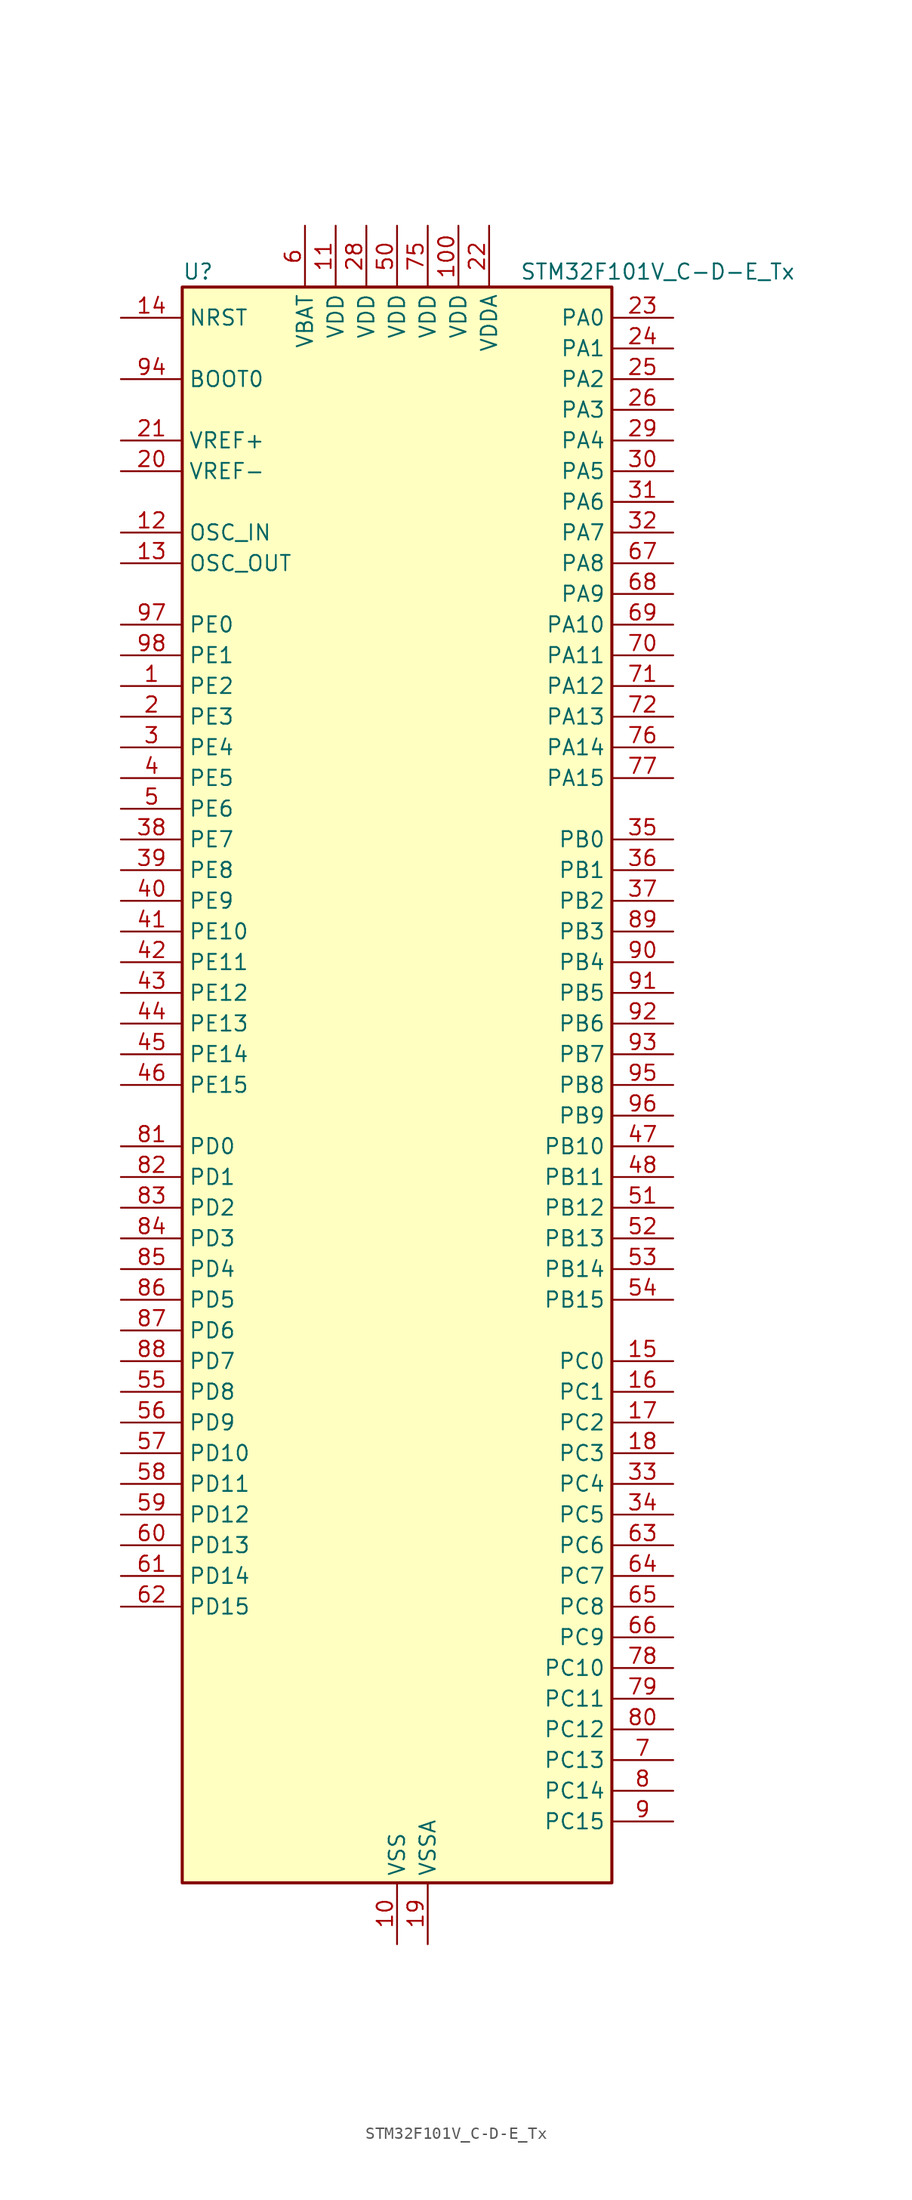
<source format=kicad_sym>
(kicad_symbol_lib
  (version 20231120)
  (generator "kicad_symbol_editor")
  (generator_version "8.0")
  (symbol "STM32F101V_C-D-E_Tx"
    (property "Reference" "U"
      (at -17.78 67.31 0)
      (effects (font (size 1.27 1.27)) (justify left)))
    (property "Value" "STM32F101V_C-D-E_Tx"
      (at 10.16 67.31 0)
      (effects (font (size 1.27 1.27)) (justify left)))
    (property "ki_locked" ""
      (at 0 0 0)
      (effects (font (size 1.27 1.27))))
    (symbol "STM32F101V_C-D-E_Tx_0_1"
      (rectangle (start -17.78 -66.04) (end 17.78 66.04) (stroke (width 0.254) (type default)) (fill (type background))))
    (symbol "STM32F101V_C-D-E_Tx_1_1"
      (pin bidirectional line (at -22.86 33.02 0) (length 5.08) (name "PE2" (effects (font (size 1.27 1.27)))) (number "1" (effects (font (size 1.27 1.27)))) (alternate "FSMC_A23" bidirectional line) (alternate "SYS_TRACECLK" bidirectional line))
      (pin power_in line (at 0 -71.12 90) (length 5.08) (name "VSS" (effects (font (size 1.27 1.27)))) (number "10" (effects (font (size 1.27 1.27)))))
      (pin power_in line (at 5.08 71.12 270) (length 5.08) (name "VDD" (effects (font (size 1.27 1.27)))) (number "100" (effects (font (size 1.27 1.27)))))
      (pin power_in line (at -5.08 71.12 270) (length 5.08) (name "VDD" (effects (font (size 1.27 1.27)))) (number "11" (effects (font (size 1.27 1.27)))))
      (pin input line (at -22.86 45.72 0) (length 5.08) (name "OSC_IN" (effects (font (size 1.27 1.27)))) (number "12" (effects (font (size 1.27 1.27)))) (alternate "RCC_OSC_IN" bidirectional line))
      (pin input line (at -22.86 43.18 0) (length 5.08) (name "OSC_OUT" (effects (font (size 1.27 1.27)))) (number "13" (effects (font (size 1.27 1.27)))) (alternate "RCC_OSC_OUT" bidirectional line))
      (pin input line (at -22.86 63.5 0) (length 5.08) (name "NRST" (effects (font (size 1.27 1.27)))) (number "14" (effects (font (size 1.27 1.27)))))
      (pin bidirectional line (at 22.86 -22.86 180) (length 5.08) (name "PC0" (effects (font (size 1.27 1.27)))) (number "15" (effects (font (size 1.27 1.27)))) (alternate "ADC1_IN10" bidirectional line))
      (pin bidirectional line (at 22.86 -25.4 180) (length 5.08) (name "PC1" (effects (font (size 1.27 1.27)))) (number "16" (effects (font (size 1.27 1.27)))) (alternate "ADC1_IN11" bidirectional line))
      (pin bidirectional line (at 22.86 -27.94 180) (length 5.08) (name "PC2" (effects (font (size 1.27 1.27)))) (number "17" (effects (font (size 1.27 1.27)))) (alternate "ADC1_IN12" bidirectional line))
      (pin bidirectional line (at 22.86 -30.48 180) (length 5.08) (name "PC3" (effects (font (size 1.27 1.27)))) (number "18" (effects (font (size 1.27 1.27)))) (alternate "ADC1_IN13" bidirectional line))
      (pin power_in line (at 2.54 -71.12 90) (length 5.08) (name "VSSA" (effects (font (size 1.27 1.27)))) (number "19" (effects (font (size 1.27 1.27)))))
      (pin bidirectional line (at -22.86 30.48 0) (length 5.08) (name "PE3" (effects (font (size 1.27 1.27)))) (number "2" (effects (font (size 1.27 1.27)))) (alternate "FSMC_A19" bidirectional line) (alternate "SYS_TRACED0" bidirectional line))
      (pin input line (at -22.86 50.8 0) (length 5.08) (name "VREF-" (effects (font (size 1.27 1.27)))) (number "20" (effects (font (size 1.27 1.27)))))
      (pin input line (at -22.86 53.34 0) (length 5.08) (name "VREF+" (effects (font (size 1.27 1.27)))) (number "21" (effects (font (size 1.27 1.27)))))
      (pin power_in line (at 7.62 71.12 270) (length 5.08) (name "VDDA" (effects (font (size 1.27 1.27)))) (number "22" (effects (font (size 1.27 1.27)))))
      (pin bidirectional line (at 22.86 63.5 180) (length 5.08) (name "PA0" (effects (font (size 1.27 1.27)))) (number "23" (effects (font (size 1.27 1.27)))) (alternate "ADC1_IN0" bidirectional line) (alternate "SYS_WKUP" bidirectional line) (alternate "TIM2_CH1" bidirectional line) (alternate "TIM2_ETR" bidirectional line) (alternate "TIM5_CH1" bidirectional line) (alternate "USART2_CTS" bidirectional line))
      (pin bidirectional line (at 22.86 60.96 180) (length 5.08) (name "PA1" (effects (font (size 1.27 1.27)))) (number "24" (effects (font (size 1.27 1.27)))) (alternate "ADC1_IN1" bidirectional line) (alternate "TIM2_CH2" bidirectional line) (alternate "TIM5_CH2" bidirectional line) (alternate "USART2_RTS" bidirectional line))
      (pin bidirectional line (at 22.86 58.42 180) (length 5.08) (name "PA2" (effects (font (size 1.27 1.27)))) (number "25" (effects (font (size 1.27 1.27)))) (alternate "ADC1_IN2" bidirectional line) (alternate "TIM2_CH3" bidirectional line) (alternate "TIM5_CH3" bidirectional line) (alternate "USART2_TX" bidirectional line))
      (pin bidirectional line (at 22.86 55.88 180) (length 5.08) (name "PA3" (effects (font (size 1.27 1.27)))) (number "26" (effects (font (size 1.27 1.27)))) (alternate "ADC1_IN3" bidirectional line) (alternate "TIM2_CH4" bidirectional line) (alternate "TIM5_CH4" bidirectional line) (alternate "USART2_RX" bidirectional line))
      (pin passive line (at 0 -71.12 90) (length 5.08) hide (name "VSS" (effects (font (size 1.27 1.27)))) (number "27" (effects (font (size 1.27 1.27)))))
      (pin power_in line (at -2.54 71.12 270) (length 5.08) (name "VDD" (effects (font (size 1.27 1.27)))) (number "28" (effects (font (size 1.27 1.27)))))
      (pin bidirectional line (at 22.86 53.34 180) (length 5.08) (name "PA4" (effects (font (size 1.27 1.27)))) (number "29" (effects (font (size 1.27 1.27)))) (alternate "ADC1_IN4" bidirectional line) (alternate "DAC_OUT1" bidirectional line) (alternate "SPI1_NSS" bidirectional line) (alternate "USART2_CK" bidirectional line))
      (pin bidirectional line (at -22.86 27.94 0) (length 5.08) (name "PE4" (effects (font (size 1.27 1.27)))) (number "3" (effects (font (size 1.27 1.27)))) (alternate "FSMC_A20" bidirectional line) (alternate "SYS_TRACED1" bidirectional line))
      (pin bidirectional line (at 22.86 50.8 180) (length 5.08) (name "PA5" (effects (font (size 1.27 1.27)))) (number "30" (effects (font (size 1.27 1.27)))) (alternate "ADC1_IN5" bidirectional line) (alternate "DAC_OUT2" bidirectional line) (alternate "SPI1_SCK" bidirectional line))
      (pin bidirectional line (at 22.86 48.26 180) (length 5.08) (name "PA6" (effects (font (size 1.27 1.27)))) (number "31" (effects (font (size 1.27 1.27)))) (alternate "ADC1_IN6" bidirectional line) (alternate "SPI1_MISO" bidirectional line) (alternate "TIM3_CH1" bidirectional line))
      (pin bidirectional line (at 22.86 45.72 180) (length 5.08) (name "PA7" (effects (font (size 1.27 1.27)))) (number "32" (effects (font (size 1.27 1.27)))) (alternate "ADC1_IN7" bidirectional line) (alternate "SPI1_MOSI" bidirectional line) (alternate "TIM3_CH2" bidirectional line))
      (pin bidirectional line (at 22.86 -33.02 180) (length 5.08) (name "PC4" (effects (font (size 1.27 1.27)))) (number "33" (effects (font (size 1.27 1.27)))) (alternate "ADC1_IN14" bidirectional line))
      (pin bidirectional line (at 22.86 -35.56 180) (length 5.08) (name "PC5" (effects (font (size 1.27 1.27)))) (number "34" (effects (font (size 1.27 1.27)))) (alternate "ADC1_IN15" bidirectional line))
      (pin bidirectional line (at 22.86 20.32 180) (length 5.08) (name "PB0" (effects (font (size 1.27 1.27)))) (number "35" (effects (font (size 1.27 1.27)))) (alternate "ADC1_IN8" bidirectional line) (alternate "TIM3_CH3" bidirectional line))
      (pin bidirectional line (at 22.86 17.78 180) (length 5.08) (name "PB1" (effects (font (size 1.27 1.27)))) (number "36" (effects (font (size 1.27 1.27)))) (alternate "ADC1_IN9" bidirectional line) (alternate "TIM3_CH4" bidirectional line))
      (pin bidirectional line (at 22.86 15.24 180) (length 5.08) (name "PB2" (effects (font (size 1.27 1.27)))) (number "37" (effects (font (size 1.27 1.27)))))
      (pin bidirectional line (at -22.86 20.32 0) (length 5.08) (name "PE7" (effects (font (size 1.27 1.27)))) (number "38" (effects (font (size 1.27 1.27)))) (alternate "FSMC_D4" bidirectional line) (alternate "FSMC_DA4" bidirectional line))
      (pin bidirectional line (at -22.86 17.78 0) (length 5.08) (name "PE8" (effects (font (size 1.27 1.27)))) (number "39" (effects (font (size 1.27 1.27)))) (alternate "FSMC_D5" bidirectional line) (alternate "FSMC_DA5" bidirectional line))
      (pin bidirectional line (at -22.86 25.4 0) (length 5.08) (name "PE5" (effects (font (size 1.27 1.27)))) (number "4" (effects (font (size 1.27 1.27)))) (alternate "FSMC_A21" bidirectional line) (alternate "SYS_TRACED2" bidirectional line))
      (pin bidirectional line (at -22.86 15.24 0) (length 5.08) (name "PE9" (effects (font (size 1.27 1.27)))) (number "40" (effects (font (size 1.27 1.27)))) (alternate "DAC_EXTI9" bidirectional line) (alternate "FSMC_D6" bidirectional line) (alternate "FSMC_DA6" bidirectional line))
      (pin bidirectional line (at -22.86 12.7 0) (length 5.08) (name "PE10" (effects (font (size 1.27 1.27)))) (number "41" (effects (font (size 1.27 1.27)))) (alternate "FSMC_D7" bidirectional line) (alternate "FSMC_DA7" bidirectional line))
      (pin bidirectional line (at -22.86 10.16 0) (length 5.08) (name "PE11" (effects (font (size 1.27 1.27)))) (number "42" (effects (font (size 1.27 1.27)))) (alternate "ADC1_EXTI11" bidirectional line) (alternate "FSMC_D8" bidirectional line) (alternate "FSMC_DA8" bidirectional line))
      (pin bidirectional line (at -22.86 7.62 0) (length 5.08) (name "PE12" (effects (font (size 1.27 1.27)))) (number "43" (effects (font (size 1.27 1.27)))) (alternate "FSMC_D9" bidirectional line) (alternate "FSMC_DA9" bidirectional line))
      (pin bidirectional line (at -22.86 5.08 0) (length 5.08) (name "PE13" (effects (font (size 1.27 1.27)))) (number "44" (effects (font (size 1.27 1.27)))) (alternate "FSMC_D10" bidirectional line) (alternate "FSMC_DA10" bidirectional line))
      (pin bidirectional line (at -22.86 2.54 0) (length 5.08) (name "PE14" (effects (font (size 1.27 1.27)))) (number "45" (effects (font (size 1.27 1.27)))) (alternate "FSMC_D11" bidirectional line) (alternate "FSMC_DA11" bidirectional line))
      (pin bidirectional line (at -22.86 0 0) (length 5.08) (name "PE15" (effects (font (size 1.27 1.27)))) (number "46" (effects (font (size 1.27 1.27)))) (alternate "ADC1_EXTI15" bidirectional line) (alternate "FSMC_D12" bidirectional line) (alternate "FSMC_DA12" bidirectional line))
      (pin bidirectional line (at 22.86 -5.08 180) (length 5.08) (name "PB10" (effects (font (size 1.27 1.27)))) (number "47" (effects (font (size 1.27 1.27)))) (alternate "I2C2_SCL" bidirectional line) (alternate "TIM2_CH3" bidirectional line) (alternate "USART3_TX" bidirectional line))
      (pin bidirectional line (at 22.86 -7.62 180) (length 5.08) (name "PB11" (effects (font (size 1.27 1.27)))) (number "48" (effects (font (size 1.27 1.27)))) (alternate "ADC1_EXTI11" bidirectional line) (alternate "I2C2_SDA" bidirectional line) (alternate "TIM2_CH4" bidirectional line) (alternate "USART3_RX" bidirectional line))
      (pin passive line (at 0 -71.12 90) (length 5.08) hide (name "VSS" (effects (font (size 1.27 1.27)))) (number "49" (effects (font (size 1.27 1.27)))))
      (pin bidirectional line (at -22.86 22.86 0) (length 5.08) (name "PE6" (effects (font (size 1.27 1.27)))) (number "5" (effects (font (size 1.27 1.27)))) (alternate "FSMC_A22" bidirectional line) (alternate "SYS_TRACED3" bidirectional line))
      (pin power_in line (at 0 71.12 270) (length 5.08) (name "VDD" (effects (font (size 1.27 1.27)))) (number "50" (effects (font (size 1.27 1.27)))))
      (pin bidirectional line (at 22.86 -10.16 180) (length 5.08) (name "PB12" (effects (font (size 1.27 1.27)))) (number "51" (effects (font (size 1.27 1.27)))) (alternate "I2C2_SMBA" bidirectional line) (alternate "SPI2_NSS" bidirectional line) (alternate "USART3_CK" bidirectional line))
      (pin bidirectional line (at 22.86 -12.7 180) (length 5.08) (name "PB13" (effects (font (size 1.27 1.27)))) (number "52" (effects (font (size 1.27 1.27)))) (alternate "SPI2_SCK" bidirectional line) (alternate "USART3_CTS" bidirectional line))
      (pin bidirectional line (at 22.86 -15.24 180) (length 5.08) (name "PB14" (effects (font (size 1.27 1.27)))) (number "53" (effects (font (size 1.27 1.27)))) (alternate "SPI2_MISO" bidirectional line) (alternate "USART3_RTS" bidirectional line))
      (pin bidirectional line (at 22.86 -17.78 180) (length 5.08) (name "PB15" (effects (font (size 1.27 1.27)))) (number "54" (effects (font (size 1.27 1.27)))) (alternate "ADC1_EXTI15" bidirectional line) (alternate "SPI2_MOSI" bidirectional line))
      (pin bidirectional line (at -22.86 -25.4 0) (length 5.08) (name "PD8" (effects (font (size 1.27 1.27)))) (number "55" (effects (font (size 1.27 1.27)))) (alternate "FSMC_D13" bidirectional line) (alternate "FSMC_DA13" bidirectional line) (alternate "USART3_TX" bidirectional line))
      (pin bidirectional line (at -22.86 -27.94 0) (length 5.08) (name "PD9" (effects (font (size 1.27 1.27)))) (number "56" (effects (font (size 1.27 1.27)))) (alternate "DAC_EXTI9" bidirectional line) (alternate "FSMC_D14" bidirectional line) (alternate "FSMC_DA14" bidirectional line) (alternate "USART3_RX" bidirectional line))
      (pin bidirectional line (at -22.86 -30.48 0) (length 5.08) (name "PD10" (effects (font (size 1.27 1.27)))) (number "57" (effects (font (size 1.27 1.27)))) (alternate "FSMC_D15" bidirectional line) (alternate "FSMC_DA15" bidirectional line) (alternate "USART3_CK" bidirectional line))
      (pin bidirectional line (at -22.86 -33.02 0) (length 5.08) (name "PD11" (effects (font (size 1.27 1.27)))) (number "58" (effects (font (size 1.27 1.27)))) (alternate "ADC1_EXTI11" bidirectional line) (alternate "FSMC_A16" bidirectional line) (alternate "FSMC_CLE" bidirectional line) (alternate "USART3_CTS" bidirectional line))
      (pin bidirectional line (at -22.86 -35.56 0) (length 5.08) (name "PD12" (effects (font (size 1.27 1.27)))) (number "59" (effects (font (size 1.27 1.27)))) (alternate "FSMC_A17" bidirectional line) (alternate "FSMC_ALE" bidirectional line) (alternate "TIM4_CH1" bidirectional line) (alternate "USART3_RTS" bidirectional line))
      (pin power_in line (at -7.62 71.12 270) (length 5.08) (name "VBAT" (effects (font (size 1.27 1.27)))) (number "6" (effects (font (size 1.27 1.27)))))
      (pin bidirectional line (at -22.86 -38.1 0) (length 5.08) (name "PD13" (effects (font (size 1.27 1.27)))) (number "60" (effects (font (size 1.27 1.27)))) (alternate "FSMC_A18" bidirectional line) (alternate "TIM4_CH2" bidirectional line))
      (pin bidirectional line (at -22.86 -40.64 0) (length 5.08) (name "PD14" (effects (font (size 1.27 1.27)))) (number "61" (effects (font (size 1.27 1.27)))) (alternate "FSMC_D0" bidirectional line) (alternate "FSMC_DA0" bidirectional line) (alternate "TIM4_CH3" bidirectional line))
      (pin bidirectional line (at -22.86 -43.18 0) (length 5.08) (name "PD15" (effects (font (size 1.27 1.27)))) (number "62" (effects (font (size 1.27 1.27)))) (alternate "ADC1_EXTI15" bidirectional line) (alternate "FSMC_D1" bidirectional line) (alternate "FSMC_DA1" bidirectional line) (alternate "TIM4_CH4" bidirectional line))
      (pin bidirectional line (at 22.86 -38.1 180) (length 5.08) (name "PC6" (effects (font (size 1.27 1.27)))) (number "63" (effects (font (size 1.27 1.27)))) (alternate "TIM3_CH1" bidirectional line))
      (pin bidirectional line (at 22.86 -40.64 180) (length 5.08) (name "PC7" (effects (font (size 1.27 1.27)))) (number "64" (effects (font (size 1.27 1.27)))) (alternate "TIM3_CH2" bidirectional line))
      (pin bidirectional line (at 22.86 -43.18 180) (length 5.08) (name "PC8" (effects (font (size 1.27 1.27)))) (number "65" (effects (font (size 1.27 1.27)))) (alternate "TIM3_CH3" bidirectional line))
      (pin bidirectional line (at 22.86 -45.72 180) (length 5.08) (name "PC9" (effects (font (size 1.27 1.27)))) (number "66" (effects (font (size 1.27 1.27)))) (alternate "DAC_EXTI9" bidirectional line) (alternate "TIM3_CH4" bidirectional line))
      (pin bidirectional line (at 22.86 43.18 180) (length 5.08) (name "PA8" (effects (font (size 1.27 1.27)))) (number "67" (effects (font (size 1.27 1.27)))) (alternate "RCC_MCO" bidirectional line) (alternate "USART1_CK" bidirectional line))
      (pin bidirectional line (at 22.86 40.64 180) (length 5.08) (name "PA9" (effects (font (size 1.27 1.27)))) (number "68" (effects (font (size 1.27 1.27)))) (alternate "DAC_EXTI9" bidirectional line) (alternate "USART1_TX" bidirectional line))
      (pin bidirectional line (at 22.86 38.1 180) (length 5.08) (name "PA10" (effects (font (size 1.27 1.27)))) (number "69" (effects (font (size 1.27 1.27)))) (alternate "USART1_RX" bidirectional line))
      (pin bidirectional line (at 22.86 -55.88 180) (length 5.08) (name "PC13" (effects (font (size 1.27 1.27)))) (number "7" (effects (font (size 1.27 1.27)))) (alternate "RTC_OUT" bidirectional line) (alternate "RTC_TAMPER" bidirectional line))
      (pin bidirectional line (at 22.86 35.56 180) (length 5.08) (name "PA11" (effects (font (size 1.27 1.27)))) (number "70" (effects (font (size 1.27 1.27)))) (alternate "ADC1_EXTI11" bidirectional line) (alternate "USART1_CTS" bidirectional line))
      (pin bidirectional line (at 22.86 33.02 180) (length 5.08) (name "PA12" (effects (font (size 1.27 1.27)))) (number "71" (effects (font (size 1.27 1.27)))) (alternate "USART1_RTS" bidirectional line))
      (pin bidirectional line (at 22.86 30.48 180) (length 5.08) (name "PA13" (effects (font (size 1.27 1.27)))) (number "72" (effects (font (size 1.27 1.27)))) (alternate "SYS_JTMS-SWDIO" bidirectional line))
      (pin no_connect line (at -17.78 -66.04 0) (length 5.08) hide (name "NC" (effects (font (size 1.27 1.27)))) (number "73" (effects (font (size 1.27 1.27)))))
      (pin passive line (at 0 -71.12 90) (length 5.08) hide (name "VSS" (effects (font (size 1.27 1.27)))) (number "74" (effects (font (size 1.27 1.27)))))
      (pin power_in line (at 2.54 71.12 270) (length 5.08) (name "VDD" (effects (font (size 1.27 1.27)))) (number "75" (effects (font (size 1.27 1.27)))))
      (pin bidirectional line (at 22.86 27.94 180) (length 5.08) (name "PA14" (effects (font (size 1.27 1.27)))) (number "76" (effects (font (size 1.27 1.27)))) (alternate "SYS_JTCK-SWCLK" bidirectional line))
      (pin bidirectional line (at 22.86 25.4 180) (length 5.08) (name "PA15" (effects (font (size 1.27 1.27)))) (number "77" (effects (font (size 1.27 1.27)))) (alternate "ADC1_EXTI15" bidirectional line) (alternate "SPI1_NSS" bidirectional line) (alternate "SPI3_NSS" bidirectional line) (alternate "SYS_JTDI" bidirectional line) (alternate "TIM2_CH1" bidirectional line) (alternate "TIM2_ETR" bidirectional line))
      (pin bidirectional line (at 22.86 -48.26 180) (length 5.08) (name "PC10" (effects (font (size 1.27 1.27)))) (number "78" (effects (font (size 1.27 1.27)))) (alternate "UART4_TX" bidirectional line) (alternate "USART3_TX" bidirectional line))
      (pin bidirectional line (at 22.86 -50.8 180) (length 5.08) (name "PC11" (effects (font (size 1.27 1.27)))) (number "79" (effects (font (size 1.27 1.27)))) (alternate "ADC1_EXTI11" bidirectional line) (alternate "UART4_RX" bidirectional line) (alternate "USART3_RX" bidirectional line))
      (pin bidirectional line (at 22.86 -58.42 180) (length 5.08) (name "PC14" (effects (font (size 1.27 1.27)))) (number "8" (effects (font (size 1.27 1.27)))) (alternate "RCC_OSC32_IN" bidirectional line))
      (pin bidirectional line (at 22.86 -53.34 180) (length 5.08) (name "PC12" (effects (font (size 1.27 1.27)))) (number "80" (effects (font (size 1.27 1.27)))) (alternate "UART5_TX" bidirectional line) (alternate "USART3_CK" bidirectional line))
      (pin bidirectional line (at -22.86 -5.08 0) (length 5.08) (name "PD0" (effects (font (size 1.27 1.27)))) (number "81" (effects (font (size 1.27 1.27)))) (alternate "FSMC_D2" bidirectional line) (alternate "FSMC_DA2" bidirectional line))
      (pin bidirectional line (at -22.86 -7.62 0) (length 5.08) (name "PD1" (effects (font (size 1.27 1.27)))) (number "82" (effects (font (size 1.27 1.27)))) (alternate "FSMC_D3" bidirectional line) (alternate "FSMC_DA3" bidirectional line))
      (pin bidirectional line (at -22.86 -10.16 0) (length 5.08) (name "PD2" (effects (font (size 1.27 1.27)))) (number "83" (effects (font (size 1.27 1.27)))) (alternate "TIM3_ETR" bidirectional line) (alternate "UART5_RX" bidirectional line))
      (pin bidirectional line (at -22.86 -12.7 0) (length 5.08) (name "PD3" (effects (font (size 1.27 1.27)))) (number "84" (effects (font (size 1.27 1.27)))) (alternate "FSMC_CLK" bidirectional line) (alternate "USART2_CTS" bidirectional line))
      (pin bidirectional line (at -22.86 -15.24 0) (length 5.08) (name "PD4" (effects (font (size 1.27 1.27)))) (number "85" (effects (font (size 1.27 1.27)))) (alternate "FSMC_NOE" bidirectional line) (alternate "USART2_RTS" bidirectional line))
      (pin bidirectional line (at -22.86 -17.78 0) (length 5.08) (name "PD5" (effects (font (size 1.27 1.27)))) (number "86" (effects (font (size 1.27 1.27)))) (alternate "FSMC_NWE" bidirectional line) (alternate "USART2_TX" bidirectional line))
      (pin bidirectional line (at -22.86 -20.32 0) (length 5.08) (name "PD6" (effects (font (size 1.27 1.27)))) (number "87" (effects (font (size 1.27 1.27)))) (alternate "FSMC_NWAIT" bidirectional line) (alternate "USART2_RX" bidirectional line))
      (pin bidirectional line (at -22.86 -22.86 0) (length 5.08) (name "PD7" (effects (font (size 1.27 1.27)))) (number "88" (effects (font (size 1.27 1.27)))) (alternate "FSMC_NCE2" bidirectional line) (alternate "FSMC_NE1" bidirectional line) (alternate "USART2_CK" bidirectional line))
      (pin bidirectional line (at 22.86 12.7 180) (length 5.08) (name "PB3" (effects (font (size 1.27 1.27)))) (number "89" (effects (font (size 1.27 1.27)))) (alternate "SPI1_SCK" bidirectional line) (alternate "SPI3_SCK" bidirectional line) (alternate "SYS_JTDO-TRACESWO" bidirectional line) (alternate "TIM2_CH2" bidirectional line))
      (pin bidirectional line (at 22.86 -60.96 180) (length 5.08) (name "PC15" (effects (font (size 1.27 1.27)))) (number "9" (effects (font (size 1.27 1.27)))) (alternate "ADC1_EXTI15" bidirectional line) (alternate "RCC_OSC32_OUT" bidirectional line))
      (pin bidirectional line (at 22.86 10.16 180) (length 5.08) (name "PB4" (effects (font (size 1.27 1.27)))) (number "90" (effects (font (size 1.27 1.27)))) (alternate "SPI1_MISO" bidirectional line) (alternate "SPI3_MISO" bidirectional line) (alternate "SYS_NJTRST" bidirectional line) (alternate "TIM3_CH1" bidirectional line))
      (pin bidirectional line (at 22.86 7.62 180) (length 5.08) (name "PB5" (effects (font (size 1.27 1.27)))) (number "91" (effects (font (size 1.27 1.27)))) (alternate "I2C1_SMBA" bidirectional line) (alternate "SPI1_MOSI" bidirectional line) (alternate "SPI3_MOSI" bidirectional line) (alternate "TIM3_CH2" bidirectional line))
      (pin bidirectional line (at 22.86 5.08 180) (length 5.08) (name "PB6" (effects (font (size 1.27 1.27)))) (number "92" (effects (font (size 1.27 1.27)))) (alternate "I2C1_SCL" bidirectional line) (alternate "TIM4_CH1" bidirectional line) (alternate "USART1_TX" bidirectional line))
      (pin bidirectional line (at 22.86 2.54 180) (length 5.08) (name "PB7" (effects (font (size 1.27 1.27)))) (number "93" (effects (font (size 1.27 1.27)))) (alternate "FSMC_NL" bidirectional line) (alternate "I2C1_SDA" bidirectional line) (alternate "TIM4_CH2" bidirectional line) (alternate "USART1_RX" bidirectional line))
      (pin input line (at -22.86 58.42 0) (length 5.08) (name "BOOT0" (effects (font (size 1.27 1.27)))) (number "94" (effects (font (size 1.27 1.27)))))
      (pin bidirectional line (at 22.86 0 180) (length 5.08) (name "PB8" (effects (font (size 1.27 1.27)))) (number "95" (effects (font (size 1.27 1.27)))) (alternate "I2C1_SCL" bidirectional line) (alternate "TIM4_CH3" bidirectional line))
      (pin bidirectional line (at 22.86 -2.54 180) (length 5.08) (name "PB9" (effects (font (size 1.27 1.27)))) (number "96" (effects (font (size 1.27 1.27)))) (alternate "DAC_EXTI9" bidirectional line) (alternate "I2C1_SDA" bidirectional line) (alternate "TIM4_CH4" bidirectional line))
      (pin bidirectional line (at -22.86 38.1 0) (length 5.08) (name "PE0" (effects (font (size 1.27 1.27)))) (number "97" (effects (font (size 1.27 1.27)))) (alternate "FSMC_NBL0" bidirectional line) (alternate "TIM4_ETR" bidirectional line))
      (pin bidirectional line (at -22.86 35.56 0) (length 5.08) (name "PE1" (effects (font (size 1.27 1.27)))) (number "98" (effects (font (size 1.27 1.27)))) (alternate "FSMC_NBL1" bidirectional line))
      (pin passive line (at 0 -71.12 90) (length 5.08) hide (name "VSS" (effects (font (size 1.27 1.27)))) (number "99" (effects (font (size 1.27 1.27))))))))
</source>
